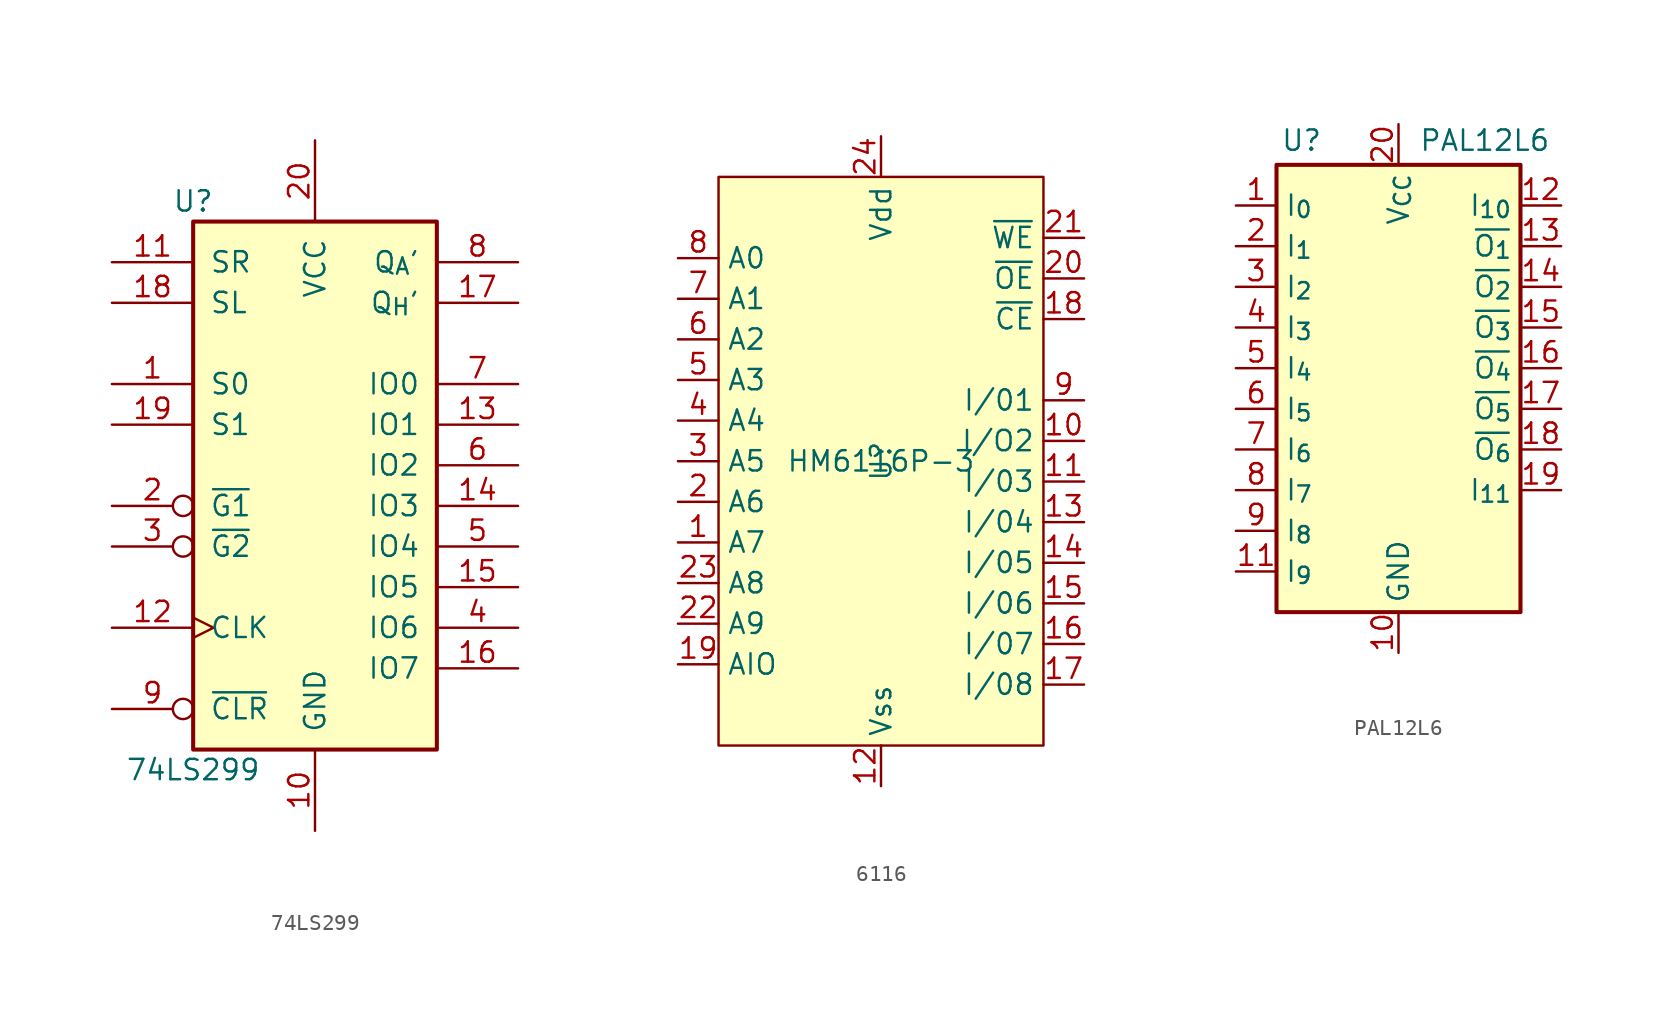
<source format=kicad_sym>
(kicad_symbol_lib
  (version 20241209)
  (generator "kicad_symbol_editor")
  (generator_version "9.0")
  (symbol "74LS299"
    (pin_names
      (offset 1.016))
    (property "Reference" "U"
      (at -7.62 16.51 0)
      (effects (font (size 1.27 1.27))))
    (property "Value" "74LS299"
      (at -7.62 -19.05 0)
      (effects (font (size 1.27 1.27))))
    (property "ki_locked" ""
      (at 0 0 0)
      (effects (font (size 1.27 1.27))))
    (symbol "74LS299_1_0"
      (pin input line (at -12.7 12.7 0) (length 5.08) (name "SR" (effects (font (size 1.27 1.27)))) (number "11" (effects (font (size 1.27 1.27)))))
      (pin input line (at -12.7 10.16 0) (length 5.08) (name "SL" (effects (font (size 1.27 1.27)))) (number "18" (effects (font (size 1.27 1.27)))))
      (pin input line (at -12.7 5.08 0) (length 5.08) (name "S0" (effects (font (size 1.27 1.27)))) (number "1" (effects (font (size 1.27 1.27)))))
      (pin input line (at -12.7 2.54 0) (length 5.08) (name "S1" (effects (font (size 1.27 1.27)))) (number "19" (effects (font (size 1.27 1.27)))))
      (pin input inverted (at -12.7 -2.54 0) (length 5.08) (name "~{G1}" (effects (font (size 1.27 1.27)))) (number "2" (effects (font (size 1.27 1.27)))))
      (pin input inverted (at -12.7 -5.08 0) (length 5.08) (name "~{G2}" (effects (font (size 1.27 1.27)))) (number "3" (effects (font (size 1.27 1.27)))))
      (pin input clock (at -12.7 -10.16 0) (length 5.08) (name "CLK" (effects (font (size 1.27 1.27)))) (number "12" (effects (font (size 1.27 1.27)))))
      (pin input inverted (at -12.7 -15.24 0) (length 5.08) (name "~{CLR}" (effects (font (size 1.27 1.27)))) (number "9" (effects (font (size 1.27 1.27)))))
      (pin power_in line (at 0 20.32 270) (length 5.08) (name "VCC" (effects (font (size 1.27 1.27)))) (number "20" (effects (font (size 1.27 1.27)))))
      (pin power_in line (at 0 -22.86 90) (length 5.08) (name "GND" (effects (font (size 1.27 1.27)))) (number "10" (effects (font (size 1.27 1.27)))))
      (pin output line (at 12.7 12.7 180) (length 5.08) (name "Q_{A}'" (effects (font (size 1.27 1.27)))) (number "8" (effects (font (size 1.27 1.27)))))
      (pin output line (at 12.7 10.16 180) (length 5.08) (name "Q_{H}'" (effects (font (size 1.27 1.27)))) (number "17" (effects (font (size 1.27 1.27)))))
      (pin tri_state line (at 12.7 5.08 180) (length 5.08) (name "IO0" (effects (font (size 1.27 1.27)))) (number "7" (effects (font (size 1.27 1.27)))))
      (pin tri_state line (at 12.7 2.54 180) (length 5.08) (name "IO1" (effects (font (size 1.27 1.27)))) (number "13" (effects (font (size 1.27 1.27)))))
      (pin tri_state line (at 12.7 0 180) (length 5.08) (name "IO2" (effects (font (size 1.27 1.27)))) (number "6" (effects (font (size 1.27 1.27)))))
      (pin tri_state line (at 12.7 -2.54 180) (length 5.08) (name "IO3" (effects (font (size 1.27 1.27)))) (number "14" (effects (font (size 1.27 1.27)))))
      (pin tri_state line (at 12.7 -5.08 180) (length 5.08) (name "IO4" (effects (font (size 1.27 1.27)))) (number "5" (effects (font (size 1.27 1.27)))))
      (pin tri_state line (at 12.7 -7.62 180) (length 5.08) (name "IO5" (effects (font (size 1.27 1.27)))) (number "15" (effects (font (size 1.27 1.27)))))
      (pin tri_state line (at 12.7 -10.16 180) (length 5.08) (name "IO6" (effects (font (size 1.27 1.27)))) (number "4" (effects (font (size 1.27 1.27)))))
      (pin tri_state line (at 12.7 -12.7 180) (length 5.08) (name "IO7" (effects (font (size 1.27 1.27)))) (number "16" (effects (font (size 1.27 1.27))))))
    (symbol "74LS299_1_1"
      (rectangle (start -7.62 15.24) (end 7.62 -17.78) (stroke (width 0.254) (type default)) (fill (type background)))))
  (symbol "6116"
    (property "Reference" "U"
      (at 0 0 90)
      (effects (font (size 1.27 1.27))))
    (property "Value" "HM6116P-3"
      (at 0 0 0)
      (effects (font (size 1.27 1.27))))
    (symbol "6116_0_1"
      (rectangle (start -10.16 17.78) (end 10.16 -17.78) (stroke (width 0) (type default)) (fill (type background))))
    (symbol "6116_1_1"
      (pin input line (at -12.7 12.7 0) (length 2.54) (name "A0" (effects (font (size 1.27 1.27)))) (number "8" (effects (font (size 1.27 1.27)))))
      (pin input line (at -12.7 10.16 0) (length 2.54) (name "A1" (effects (font (size 1.27 1.27)))) (number "7" (effects (font (size 1.27 1.27)))))
      (pin input line (at -12.7 7.62 0) (length 2.54) (name "A2" (effects (font (size 1.27 1.27)))) (number "6" (effects (font (size 1.27 1.27)))))
      (pin input line (at -12.7 5.08 0) (length 2.54) (name "A3" (effects (font (size 1.27 1.27)))) (number "5" (effects (font (size 1.27 1.27)))))
      (pin input line (at -12.7 2.54 0) (length 2.54) (name "A4" (effects (font (size 1.27 1.27)))) (number "4" (effects (font (size 1.27 1.27)))))
      (pin input line (at -12.7 0 0) (length 2.54) (name "A5" (effects (font (size 1.27 1.27)))) (number "3" (effects (font (size 1.27 1.27)))))
      (pin input line (at -12.7 -2.54 0) (length 2.54) (name "A6" (effects (font (size 1.27 1.27)))) (number "2" (effects (font (size 1.27 1.27)))))
      (pin input line (at -12.7 -5.08 0) (length 2.54) (name "A7" (effects (font (size 1.27 1.27)))) (number "1" (effects (font (size 1.27 1.27)))))
      (pin input line (at -12.7 -7.62 0) (length 2.54) (name "A8" (effects (font (size 1.27 1.27)))) (number "23" (effects (font (size 1.27 1.27)))))
      (pin input line (at -12.7 -10.16 0) (length 2.54) (name "A9" (effects (font (size 1.27 1.27)))) (number "22" (effects (font (size 1.27 1.27)))))
      (pin input line (at -12.7 -12.7 0) (length 2.54) (name "AIO" (effects (font (size 1.27 1.27)))) (number "19" (effects (font (size 1.27 1.27)))))
      (pin power_in line (at 0 20.32 270) (length 2.54) (name "Vdd" (effects (font (size 1.27 1.27)))) (number "24" (effects (font (size 1.27 1.27)))))
      (pin power_in line (at 0 -20.32 90) (length 2.54) (name "Vss" (effects (font (size 1.27 1.27)))) (number "12" (effects (font (size 1.27 1.27)))))
      (pin input line (at 12.7 13.97 180) (length 2.54) (name "~{WE}" (effects (font (size 1.27 1.27)))) (number "21" (effects (font (size 1.27 1.27)))))
      (pin input line (at 12.7 11.43 180) (length 2.54) (name "~{OE}" (effects (font (size 1.27 1.27)))) (number "20" (effects (font (size 1.27 1.27)))))
      (pin input line (at 12.7 8.89 180) (length 2.54) (name "~{CE}" (effects (font (size 1.27 1.27)))) (number "18" (effects (font (size 1.27 1.27)))))
      (pin bidirectional line (at 12.7 3.81 180) (length 2.54) (name "I/01" (effects (font (size 1.27 1.27)))) (number "9" (effects (font (size 1.27 1.27)))))
      (pin bidirectional line (at 12.7 1.27 180) (length 2.54) (name "I/O2" (effects (font (size 1.27 1.27)))) (number "10" (effects (font (size 1.27 1.27)))))
      (pin bidirectional line (at 12.7 -1.27 180) (length 2.54) (name "I/03" (effects (font (size 1.27 1.27)))) (number "11" (effects (font (size 1.27 1.27)))))
      (pin bidirectional line (at 12.7 -3.81 180) (length 2.54) (name "I/04" (effects (font (size 1.27 1.27)))) (number "13" (effects (font (size 1.27 1.27)))))
      (pin bidirectional line (at 12.7 -6.35 180) (length 2.54) (name "I/05" (effects (font (size 1.27 1.27)))) (number "14" (effects (font (size 1.27 1.27)))))
      (pin bidirectional line (at 12.7 -8.89 180) (length 2.54) (name "I/06" (effects (font (size 1.27 1.27)))) (number "15" (effects (font (size 1.27 1.27)))))
      (pin bidirectional line (at 12.7 -11.43 180) (length 2.54) (name "I/07" (effects (font (size 1.27 1.27)))) (number "16" (effects (font (size 1.27 1.27)))))
      (pin bidirectional line (at 12.7 -13.97 180) (length 2.54) (name "I/08" (effects (font (size 1.27 1.27)))) (number "17" (effects (font (size 1.27 1.27)))))))
  (symbol "PAL12L6"
    (property "Reference" "U"
      (at -7.366 16.764 0)
      (effects (font (size 1.27 1.27)) (justify left)))
    (property "Value" "PAL12L6"
      (at 1.27 16.764 0)
      (effects (font (size 1.27 1.27)) (justify left)))
    (symbol "PAL12L6_0_0"
      (pin power_in line (at 0 -15.24 90) (length 2.54) (name "GND" (effects (font (size 1.27 1.27)))) (number "10" (effects (font (size 1.27 1.27))))))
    (symbol "PAL12L6_0_1"
      (rectangle (start -7.62 15.24) (end 7.62 -12.7) (stroke (width 0.254) (type default)) (fill (type background))))
    (symbol "PAL12L6_1_0"
      (pin power_in line (at 0 17.78 270) (length 2.54) (name "V_{CC}" (effects (font (size 1.27 1.27)))) (number "20" (effects (font (size 1.27 1.27))))))
    (symbol "PAL12L6_1_1"
      (pin input line (at -10.16 12.7 0) (length 2.54) (name "I_{0}" (effects (font (size 1.27 1.27)))) (number "1" (effects (font (size 1.27 1.27)))))
      (pin input line (at -10.16 10.16 0) (length 2.54) (name "I_{1}" (effects (font (size 1.27 1.27)))) (number "2" (effects (font (size 1.27 1.27)))))
      (pin input line (at -10.16 7.62 0) (length 2.54) (name "I_{2}" (effects (font (size 1.27 1.27)))) (number "3" (effects (font (size 1.27 1.27)))))
      (pin input line (at -10.16 5.08 0) (length 2.54) (name "I_{3}" (effects (font (size 1.27 1.27)))) (number "4" (effects (font (size 1.27 1.27)))))
      (pin input line (at -10.16 2.54 0) (length 2.54) (name "I_{4}" (effects (font (size 1.27 1.27)))) (number "5" (effects (font (size 1.27 1.27)))))
      (pin input line (at -10.16 0 0) (length 2.54) (name "I_{5}" (effects (font (size 1.27 1.27)))) (number "6" (effects (font (size 1.27 1.27)))))
      (pin input line (at -10.16 -2.54 0) (length 2.54) (name "I_{6}" (effects (font (size 1.27 1.27)))) (number "7" (effects (font (size 1.27 1.27)))))
      (pin input line (at -10.16 -5.08 0) (length 2.54) (name "I_{7}" (effects (font (size 1.27 1.27)))) (number "8" (effects (font (size 1.27 1.27)))))
      (pin input line (at -10.16 -7.62 0) (length 2.54) (name "I_{8}" (effects (font (size 1.27 1.27)))) (number "9" (effects (font (size 1.27 1.27)))))
      (pin input line (at -10.16 -10.16 0) (length 2.54) (name "I_{9}" (effects (font (size 1.27 1.27)))) (number "11" (effects (font (size 1.27 1.27)))))
      (pin input line (at 10.16 12.7 180) (length 2.54) (name "I_{10}" (effects (font (size 1.27 1.27)))) (number "12" (effects (font (size 1.27 1.27)))))
      (pin output line (at 10.16 10.16 180) (length 2.54) (name "~{O_{1}}" (effects (font (size 1.27 1.27)))) (number "13" (effects (font (size 1.27 1.27)))))
      (pin output line (at 10.16 7.62 180) (length 2.54) (name "~{O_{2}}" (effects (font (size 1.27 1.27)))) (number "14" (effects (font (size 1.27 1.27)))))
      (pin bidirectional line (at 10.16 5.08 180) (length 2.54) (name "~{O_{3}}" (effects (font (size 1.27 1.27)))) (number "15" (effects (font (size 1.27 1.27)))))
      (pin bidirectional line (at 10.16 2.54 180) (length 2.54) (name "~{O_{4}}" (effects (font (size 1.27 1.27)))) (number "16" (effects (font (size 1.27 1.27)))))
      (pin bidirectional line (at 10.16 0 180) (length 2.54) (name "~{O_{5}}" (effects (font (size 1.27 1.27)))) (number "17" (effects (font (size 1.27 1.27)))))
      (pin bidirectional line (at 10.16 -2.54 180) (length 2.54) (name "~{O_{6}}" (effects (font (size 1.27 1.27)))) (number "18" (effects (font (size 1.27 1.27)))))
      (pin input line (at 10.16 -5.08 180) (length 2.54) (name "I_{11}" (effects (font (size 1.27 1.27)))) (number "19" (effects (font (size 1.27 1.27))))))))
</source>
